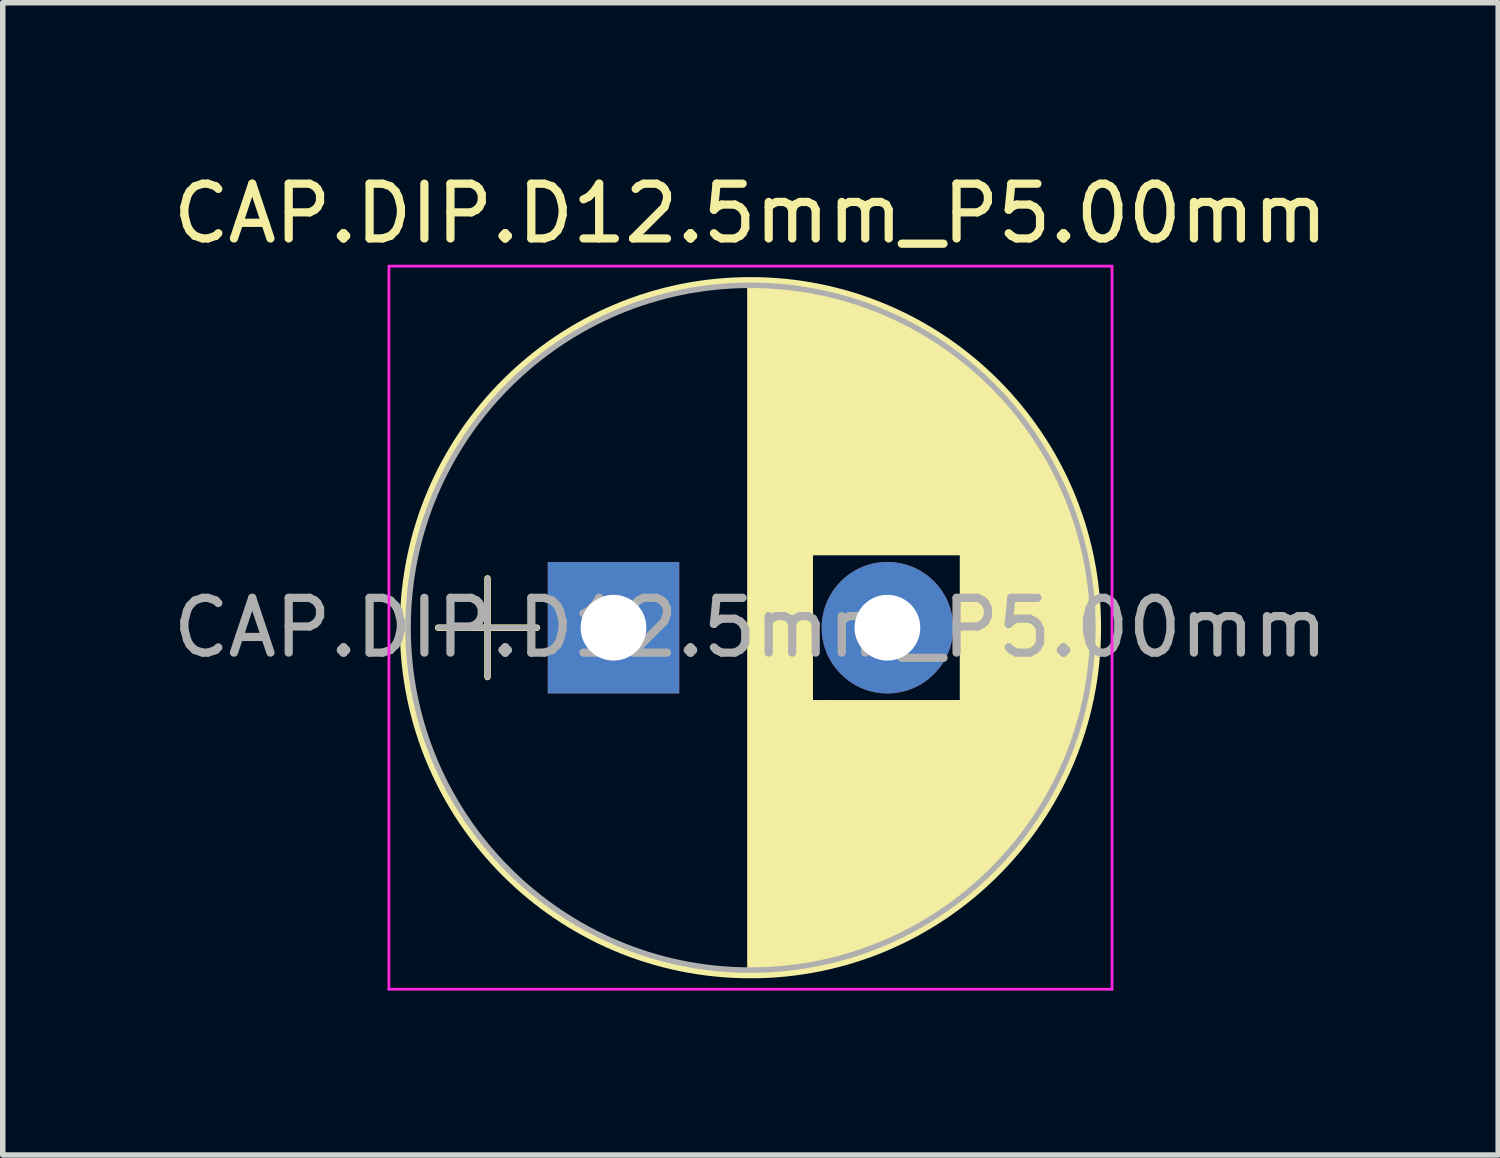
<source format=kicad_pcb>
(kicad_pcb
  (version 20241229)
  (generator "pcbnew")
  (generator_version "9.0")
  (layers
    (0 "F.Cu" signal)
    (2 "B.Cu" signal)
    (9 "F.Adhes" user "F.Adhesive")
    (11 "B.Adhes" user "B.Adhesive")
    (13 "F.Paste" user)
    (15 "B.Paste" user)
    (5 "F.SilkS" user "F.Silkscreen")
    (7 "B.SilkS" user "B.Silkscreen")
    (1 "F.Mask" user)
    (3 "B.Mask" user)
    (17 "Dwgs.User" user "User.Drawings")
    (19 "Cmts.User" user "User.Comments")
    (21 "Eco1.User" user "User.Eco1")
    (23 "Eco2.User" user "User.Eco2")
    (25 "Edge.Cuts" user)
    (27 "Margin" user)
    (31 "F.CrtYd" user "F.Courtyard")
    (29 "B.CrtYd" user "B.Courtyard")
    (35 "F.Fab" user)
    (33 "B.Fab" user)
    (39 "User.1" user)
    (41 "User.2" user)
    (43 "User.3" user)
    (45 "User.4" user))
  (footprint "CAP.DIP.D12.5mm_P5.00mm"
    (layer "F.Cu")
    (at 8.149 8.408)
    (property "Reference" "CAP.DIP.D12.5mm_P5.00mm" (at 2.5 -7.56 0) (layer "F.SilkS") (effects (font (size 1 1) (thickness 0.15))))
    (attr through_hole)
    (fp_line (start -3.2 0) (end -1.4 0) (stroke (width 0.12) (type solid)) (layer "F.SilkS"))
    (fp_line (start -2.3 -0.9) (end -2.3 0.9) (stroke (width 0.12) (type solid)) (layer "F.SilkS"))
    (fp_line (start 2.5 -6.3) (end 2.5 6.3) (stroke (width 0.12) (type solid)) (layer "F.SilkS"))
    (fp_line (start 2.54 -6.3) (end 2.54 6.3) (stroke (width 0.12) (type solid)) (layer "F.SilkS"))
    (fp_line (start 2.58 -6.3) (end 2.58 6.3) (stroke (width 0.12) (type solid)) (layer "F.SilkS"))
    (fp_line (start 2.62 -6.299) (end 2.62 6.299) (stroke (width 0.12) (type solid)) (layer "F.SilkS"))
    (fp_line (start 2.66 -6.298) (end 2.66 6.298) (stroke (width 0.12) (type solid)) (layer "F.SilkS"))
    (fp_line (start 2.7 -6.297) (end 2.7 6.297) (stroke (width 0.12) (type solid)) (layer "F.SilkS"))
    (fp_line (start 2.74 -6.296) (end 2.74 6.296) (stroke (width 0.12) (type solid)) (layer "F.SilkS"))
    (fp_line (start 2.78 -6.294) (end 2.78 6.294) (stroke (width 0.12) (type solid)) (layer "F.SilkS"))
    (fp_line (start 2.82 -6.292) (end 2.82 6.292) (stroke (width 0.12) (type solid)) (layer "F.SilkS"))
    (fp_line (start 2.86 -6.29) (end 2.86 6.29) (stroke (width 0.12) (type solid)) (layer "F.SilkS"))
    (fp_line (start 2.9 -6.288) (end 2.9 6.288) (stroke (width 0.12) (type solid)) (layer "F.SilkS"))
    (fp_line (start 2.94 -6.285) (end 2.94 6.285) (stroke (width 0.12) (type solid)) (layer "F.SilkS"))
    (fp_line (start 2.98 -6.282) (end 2.98 6.282) (stroke (width 0.12) (type solid)) (layer "F.SilkS"))
    (fp_line (start 3.02 -6.279) (end 3.02 6.279) (stroke (width 0.12) (type solid)) (layer "F.SilkS"))
    (fp_line (start 3.06 -6.276) (end 3.06 6.276) (stroke (width 0.12) (type solid)) (layer "F.SilkS"))
    (fp_line (start 3.1 -6.272) (end 3.1 6.272) (stroke (width 0.12) (type solid)) (layer "F.SilkS"))
    (fp_line (start 3.14 -6.268) (end 3.14 6.268) (stroke (width 0.12) (type solid)) (layer "F.SilkS"))
    (fp_line (start 3.18 -6.264) (end 3.18 6.264) (stroke (width 0.12) (type solid)) (layer "F.SilkS"))
    (fp_line (start 3.221 -6.259) (end 3.221 6.259) (stroke (width 0.12) (type solid)) (layer "F.SilkS"))
    (fp_line (start 3.261 -6.255) (end 3.261 6.255) (stroke (width 0.12) (type solid)) (layer "F.SilkS"))
    (fp_line (start 3.301 -6.25) (end 3.301 6.25) (stroke (width 0.12) (type solid)) (layer "F.SilkS"))
    (fp_line (start 3.341 -6.245) (end 3.341 6.245) (stroke (width 0.12) (type solid)) (layer "F.SilkS"))
    (fp_line (start 3.381 -6.239) (end 3.381 6.239) (stroke (width 0.12) (type solid)) (layer "F.SilkS"))
    (fp_line (start 3.421 -6.233) (end 3.421 6.233) (stroke (width 0.12) (type solid)) (layer "F.SilkS"))
    (fp_line (start 3.461 -6.227) (end 3.461 6.227) (stroke (width 0.12) (type solid)) (layer "F.SilkS"))
    (fp_line (start 3.501 -6.221) (end 3.501 6.221) (stroke (width 0.12) (type solid)) (layer "F.SilkS"))
    (fp_line (start 3.541 -6.215) (end 3.541 6.215) (stroke (width 0.12) (type solid)) (layer "F.SilkS"))
    (fp_line (start 3.581 -6.208) (end 3.581 6.208) (stroke (width 0.12) (type solid)) (layer "F.SilkS"))
    (fp_line (start 3.621 -6.201) (end 3.621 -1.38) (stroke (width 0.12) (type solid)) (layer "F.SilkS"))
    (fp_line (start 3.621 1.38) (end 3.621 6.201) (stroke (width 0.12) (type solid)) (layer "F.SilkS"))
    (fp_line (start 3.661 -6.193) (end 3.661 -1.38) (stroke (width 0.12) (type solid)) (layer "F.SilkS"))
    (fp_line (start 3.661 1.38) (end 3.661 6.193) (stroke (width 0.12) (type solid)) (layer "F.SilkS"))
    (fp_line (start 3.701 -6.186) (end 3.701 -1.38) (stroke (width 0.12) (type solid)) (layer "F.SilkS"))
    (fp_line (start 3.701 1.38) (end 3.701 6.186) (stroke (width 0.12) (type solid)) (layer "F.SilkS"))
    (fp_line (start 3.741 -6.178) (end 3.741 -1.38) (stroke (width 0.12) (type solid)) (layer "F.SilkS"))
    (fp_line (start 3.741 1.38) (end 3.741 6.178) (stroke (width 0.12) (type solid)) (layer "F.SilkS"))
    (fp_line (start 3.781 -6.17) (end 3.781 -1.38) (stroke (width 0.12) (type solid)) (layer "F.SilkS"))
    (fp_line (start 3.781 1.38) (end 3.781 6.17) (stroke (width 0.12) (type solid)) (layer "F.SilkS"))
    (fp_line (start 3.821 -6.162) (end 3.821 -1.38) (stroke (width 0.12) (type solid)) (layer "F.SilkS"))
    (fp_line (start 3.821 1.38) (end 3.821 6.162) (stroke (width 0.12) (type solid)) (layer "F.SilkS"))
    (fp_line (start 3.861 -6.153) (end 3.861 -1.38) (stroke (width 0.12) (type solid)) (layer "F.SilkS"))
    (fp_line (start 3.861 1.38) (end 3.861 6.153) (stroke (width 0.12) (type solid)) (layer "F.SilkS"))
    (fp_line (start 3.901 -6.144) (end 3.901 -1.38) (stroke (width 0.12) (type solid)) (layer "F.SilkS"))
    (fp_line (start 3.901 1.38) (end 3.901 6.144) (stroke (width 0.12) (type solid)) (layer "F.SilkS"))
    (fp_line (start 3.941 -6.135) (end 3.941 -1.38) (stroke (width 0.12) (type solid)) (layer "F.SilkS"))
    (fp_line (start 3.941 1.38) (end 3.941 6.135) (stroke (width 0.12) (type solid)) (layer "F.SilkS"))
    (fp_line (start 3.981 -6.125) (end 3.981 -1.38) (stroke (width 0.12) (type solid)) (layer "F.SilkS"))
    (fp_line (start 3.981 1.38) (end 3.981 6.125) (stroke (width 0.12) (type solid)) (layer "F.SilkS"))
    (fp_line (start 4.021 -6.116) (end 4.021 -1.38) (stroke (width 0.12) (type solid)) (layer "F.SilkS"))
    (fp_line (start 4.021 1.38) (end 4.021 6.116) (stroke (width 0.12) (type solid)) (layer "F.SilkS"))
    (fp_line (start 4.061 -6.106) (end 4.061 -1.38) (stroke (width 0.12) (type solid)) (layer "F.SilkS"))
    (fp_line (start 4.061 1.38) (end 4.061 6.106) (stroke (width 0.12) (type solid)) (layer "F.SilkS"))
    (fp_line (start 4.101 -6.095) (end 4.101 -1.38) (stroke (width 0.12) (type solid)) (layer "F.SilkS"))
    (fp_line (start 4.101 1.38) (end 4.101 6.095) (stroke (width 0.12) (type solid)) (layer "F.SilkS"))
    (fp_line (start 4.141 -6.085) (end 4.141 -1.38) (stroke (width 0.12) (type solid)) (layer "F.SilkS"))
    (fp_line (start 4.141 1.38) (end 4.141 6.085) (stroke (width 0.12) (type solid)) (layer "F.SilkS"))
    (fp_line (start 4.181 -6.074) (end 4.181 -1.38) (stroke (width 0.12) (type solid)) (layer "F.SilkS"))
    (fp_line (start 4.181 1.38) (end 4.181 6.074) (stroke (width 0.12) (type solid)) (layer "F.SilkS"))
    (fp_line (start 4.221 -6.063) (end 4.221 -1.38) (stroke (width 0.12) (type solid)) (layer "F.SilkS"))
    (fp_line (start 4.221 1.38) (end 4.221 6.063) (stroke (width 0.12) (type solid)) (layer "F.SilkS"))
    (fp_line (start 4.261 -6.051) (end 4.261 -1.38) (stroke (width 0.12) (type solid)) (layer "F.SilkS"))
    (fp_line (start 4.261 1.38) (end 4.261 6.051) (stroke (width 0.12) (type solid)) (layer "F.SilkS"))
    (fp_line (start 4.301 -6.04) (end 4.301 -1.38) (stroke (width 0.12) (type solid)) (layer "F.SilkS"))
    (fp_line (start 4.301 1.38) (end 4.301 6.04) (stroke (width 0.12) (type solid)) (layer "F.SilkS"))
    (fp_line (start 4.341 -6.028) (end 4.341 -1.38) (stroke (width 0.12) (type solid)) (layer "F.SilkS"))
    (fp_line (start 4.341 1.38) (end 4.341 6.028) (stroke (width 0.12) (type solid)) (layer "F.SilkS"))
    (fp_line (start 4.381 -6.015) (end 4.381 -1.38) (stroke (width 0.12) (type solid)) (layer "F.SilkS"))
    (fp_line (start 4.381 1.38) (end 4.381 6.015) (stroke (width 0.12) (type solid)) (layer "F.SilkS"))
    (fp_line (start 4.421 -6.003) (end 4.421 -1.38) (stroke (width 0.12) (type solid)) (layer "F.SilkS"))
    (fp_line (start 4.421 1.38) (end 4.421 6.003) (stroke (width 0.12) (type solid)) (layer "F.SilkS"))
    (fp_line (start 4.461 -5.99) (end 4.461 -1.38) (stroke (width 0.12) (type solid)) (layer "F.SilkS"))
    (fp_line (start 4.461 1.38) (end 4.461 5.99) (stroke (width 0.12) (type solid)) (layer "F.SilkS"))
    (fp_line (start 4.501 -5.977) (end 4.501 -1.38) (stroke (width 0.12) (type solid)) (layer "F.SilkS"))
    (fp_line (start 4.501 1.38) (end 4.501 5.977) (stroke (width 0.12) (type solid)) (layer "F.SilkS"))
    (fp_line (start 4.541 -5.963) (end 4.541 -1.38) (stroke (width 0.12) (type solid)) (layer "F.SilkS"))
    (fp_line (start 4.541 1.38) (end 4.541 5.963) (stroke (width 0.12) (type solid)) (layer "F.SilkS"))
    (fp_line (start 4.581 -5.95) (end 4.581 -1.38) (stroke (width 0.12) (type solid)) (layer "F.SilkS"))
    (fp_line (start 4.581 1.38) (end 4.581 5.95) (stroke (width 0.12) (type solid)) (layer "F.SilkS"))
    (fp_line (start 4.621 -5.936) (end 4.621 -1.38) (stroke (width 0.12) (type solid)) (layer "F.SilkS"))
    (fp_line (start 4.621 1.38) (end 4.621 5.936) (stroke (width 0.12) (type solid)) (layer "F.SilkS"))
    (fp_line (start 4.661 -5.921) (end 4.661 -1.38) (stroke (width 0.12) (type solid)) (layer "F.SilkS"))
    (fp_line (start 4.661 1.38) (end 4.661 5.921) (stroke (width 0.12) (type solid)) (layer "F.SilkS"))
    (fp_line (start 4.701 -5.907) (end 4.701 -1.38) (stroke (width 0.12) (type solid)) (layer "F.SilkS"))
    (fp_line (start 4.701 1.38) (end 4.701 5.907) (stroke (width 0.12) (type solid)) (layer "F.SilkS"))
    (fp_line (start 4.741 -5.892) (end 4.741 -1.38) (stroke (width 0.12) (type solid)) (layer "F.SilkS"))
    (fp_line (start 4.741 1.38) (end 4.741 5.892) (stroke (width 0.12) (type solid)) (layer "F.SilkS"))
    (fp_line (start 4.781 -5.876) (end 4.781 -1.38) (stroke (width 0.12) (type solid)) (layer "F.SilkS"))
    (fp_line (start 4.781 1.38) (end 4.781 5.876) (stroke (width 0.12) (type solid)) (layer "F.SilkS"))
    (fp_line (start 4.821 -5.861) (end 4.821 -1.38) (stroke (width 0.12) (type solid)) (layer "F.SilkS"))
    (fp_line (start 4.821 1.38) (end 4.821 5.861) (stroke (width 0.12) (type solid)) (layer "F.SilkS"))
    (fp_line (start 4.861 -5.845) (end 4.861 -1.38) (stroke (width 0.12) (type solid)) (layer "F.SilkS"))
    (fp_line (start 4.861 1.38) (end 4.861 5.845) (stroke (width 0.12) (type solid)) (layer "F.SilkS"))
    (fp_line (start 4.901 -5.829) (end 4.901 -1.38) (stroke (width 0.12) (type solid)) (layer "F.SilkS"))
    (fp_line (start 4.901 1.38) (end 4.901 5.829) (stroke (width 0.12) (type solid)) (layer "F.SilkS"))
    (fp_line (start 4.941 -5.812) (end 4.941 -1.38) (stroke (width 0.12) (type solid)) (layer "F.SilkS"))
    (fp_line (start 4.941 1.38) (end 4.941 5.812) (stroke (width 0.12) (type solid)) (layer "F.SilkS"))
    (fp_line (start 4.981 -5.795) (end 4.981 -1.38) (stroke (width 0.12) (type solid)) (layer "F.SilkS"))
    (fp_line (start 4.981 1.38) (end 4.981 5.795) (stroke (width 0.12) (type solid)) (layer "F.SilkS"))
    (fp_line (start 5.021 -5.778) (end 5.021 -1.38) (stroke (width 0.12) (type solid)) (layer "F.SilkS"))
    (fp_line (start 5.021 1.38) (end 5.021 5.778) (stroke (width 0.12) (type solid)) (layer "F.SilkS"))
    (fp_line (start 5.061 -5.761) (end 5.061 -1.38) (stroke (width 0.12) (type solid)) (layer "F.SilkS"))
    (fp_line (start 5.061 1.38) (end 5.061 5.761) (stroke (width 0.12) (type solid)) (layer "F.SilkS"))
    (fp_line (start 5.101 -5.743) (end 5.101 -1.38) (stroke (width 0.12) (type solid)) (layer "F.SilkS"))
    (fp_line (start 5.101 1.38) (end 5.101 5.743) (stroke (width 0.12) (type solid)) (layer "F.SilkS"))
    (fp_line (start 5.141 -5.725) (end 5.141 -1.38) (stroke (width 0.12) (type solid)) (layer "F.SilkS"))
    (fp_line (start 5.141 1.38) (end 5.141 5.725) (stroke (width 0.12) (type solid)) (layer "F.SilkS"))
    (fp_line (start 5.181 -5.706) (end 5.181 -1.38) (stroke (width 0.12) (type solid)) (layer "F.SilkS"))
    (fp_line (start 5.181 1.38) (end 5.181 5.706) (stroke (width 0.12) (type solid)) (layer "F.SilkS"))
    (fp_line (start 5.221 -5.687) (end 5.221 -1.38) (stroke (width 0.12) (type solid)) (layer "F.SilkS"))
    (fp_line (start 5.221 1.38) (end 5.221 5.687) (stroke (width 0.12) (type solid)) (layer "F.SilkS"))
    (fp_line (start 5.261 -5.668) (end 5.261 -1.38) (stroke (width 0.12) (type solid)) (layer "F.SilkS"))
    (fp_line (start 5.261 1.38) (end 5.261 5.668) (stroke (width 0.12) (type solid)) (layer "F.SilkS"))
    (fp_line (start 5.301 -5.649) (end 5.301 -1.38) (stroke (width 0.12) (type solid)) (layer "F.SilkS"))
    (fp_line (start 5.301 1.38) (end 5.301 5.649) (stroke (width 0.12) (type solid)) (layer "F.SilkS"))
    (fp_line (start 5.341 -5.629) (end 5.341 -1.38) (stroke (width 0.12) (type solid)) (layer "F.SilkS"))
    (fp_line (start 5.341 1.38) (end 5.341 5.629) (stroke (width 0.12) (type solid)) (layer "F.SilkS"))
    (fp_line (start 5.381 -5.609) (end 5.381 -1.38) (stroke (width 0.12) (type solid)) (layer "F.SilkS"))
    (fp_line (start 5.381 1.38) (end 5.381 5.609) (stroke (width 0.12) (type solid)) (layer "F.SilkS"))
    (fp_line (start 5.421 -5.588) (end 5.421 -1.38) (stroke (width 0.12) (type solid)) (layer "F.SilkS"))
    (fp_line (start 5.421 1.38) (end 5.421 5.588) (stroke (width 0.12) (type solid)) (layer "F.SilkS"))
    (fp_line (start 5.461 -5.567) (end 5.461 -1.38) (stroke (width 0.12) (type solid)) (layer "F.SilkS"))
    (fp_line (start 5.461 1.38) (end 5.461 5.567) (stroke (width 0.12) (type solid)) (layer "F.SilkS"))
    (fp_line (start 5.501 -5.546) (end 5.501 -1.38) (stroke (width 0.12) (type solid)) (layer "F.SilkS"))
    (fp_line (start 5.501 1.38) (end 5.501 5.546) (stroke (width 0.12) (type solid)) (layer "F.SilkS"))
    (fp_line (start 5.541 -5.524) (end 5.541 -1.38) (stroke (width 0.12) (type solid)) (layer "F.SilkS"))
    (fp_line (start 5.541 1.38) (end 5.541 5.524) (stroke (width 0.12) (type solid)) (layer "F.SilkS"))
    (fp_line (start 5.581 -5.502) (end 5.581 -1.38) (stroke (width 0.12) (type solid)) (layer "F.SilkS"))
    (fp_line (start 5.581 1.38) (end 5.581 5.502) (stroke (width 0.12) (type solid)) (layer "F.SilkS"))
    (fp_line (start 5.621 -5.48) (end 5.621 -1.38) (stroke (width 0.12) (type solid)) (layer "F.SilkS"))
    (fp_line (start 5.621 1.38) (end 5.621 5.48) (stroke (width 0.12) (type solid)) (layer "F.SilkS"))
    (fp_line (start 5.661 -5.457) (end 5.661 -1.38) (stroke (width 0.12) (type solid)) (layer "F.SilkS"))
    (fp_line (start 5.661 1.38) (end 5.661 5.457) (stroke (width 0.12) (type solid)) (layer "F.SilkS"))
    (fp_line (start 5.701 -5.434) (end 5.701 -1.38) (stroke (width 0.12) (type solid)) (layer "F.SilkS"))
    (fp_line (start 5.701 1.38) (end 5.701 5.434) (stroke (width 0.12) (type solid)) (layer "F.SilkS"))
    (fp_line (start 5.741 -5.41) (end 5.741 -1.38) (stroke (width 0.12) (type solid)) (layer "F.SilkS"))
    (fp_line (start 5.741 1.38) (end 5.741 5.41) (stroke (width 0.12) (type solid)) (layer "F.SilkS"))
    (fp_line (start 5.781 -5.386) (end 5.781 -1.38) (stroke (width 0.12) (type solid)) (layer "F.SilkS"))
    (fp_line (start 5.781 1.38) (end 5.781 5.386) (stroke (width 0.12) (type solid)) (layer "F.SilkS"))
    (fp_line (start 5.821 -5.362) (end 5.821 -1.38) (stroke (width 0.12) (type solid)) (layer "F.SilkS"))
    (fp_line (start 5.821 1.38) (end 5.821 5.362) (stroke (width 0.12) (type solid)) (layer "F.SilkS"))
    (fp_line (start 5.861 -5.337) (end 5.861 -1.38) (stroke (width 0.12) (type solid)) (layer "F.SilkS"))
    (fp_line (start 5.861 1.38) (end 5.861 5.337) (stroke (width 0.12) (type solid)) (layer "F.SilkS"))
    (fp_line (start 5.901 -5.312) (end 5.901 -1.38) (stroke (width 0.12) (type solid)) (layer "F.SilkS"))
    (fp_line (start 5.901 1.38) (end 5.901 5.312) (stroke (width 0.12) (type solid)) (layer "F.SilkS"))
    (fp_line (start 5.941 -5.286) (end 5.941 -1.38) (stroke (width 0.12) (type solid)) (layer "F.SilkS"))
    (fp_line (start 5.941 1.38) (end 5.941 5.286) (stroke (width 0.12) (type solid)) (layer "F.SilkS"))
    (fp_line (start 5.981 -5.26) (end 5.981 -1.38) (stroke (width 0.12) (type solid)) (layer "F.SilkS"))
    (fp_line (start 5.981 1.38) (end 5.981 5.26) (stroke (width 0.12) (type solid)) (layer "F.SilkS"))
    (fp_line (start 6.021 -5.234) (end 6.021 -1.38) (stroke (width 0.12) (type solid)) (layer "F.SilkS"))
    (fp_line (start 6.021 1.38) (end 6.021 5.234) (stroke (width 0.12) (type solid)) (layer "F.SilkS"))
    (fp_line (start 6.061 -5.207) (end 6.061 -1.38) (stroke (width 0.12) (type solid)) (layer "F.SilkS"))
    (fp_line (start 6.061 1.38) (end 6.061 5.207) (stroke (width 0.12) (type solid)) (layer "F.SilkS"))
    (fp_line (start 6.101 -5.179) (end 6.101 -1.38) (stroke (width 0.12) (type solid)) (layer "F.SilkS"))
    (fp_line (start 6.101 1.38) (end 6.101 5.179) (stroke (width 0.12) (type solid)) (layer "F.SilkS"))
    (fp_line (start 6.141 -5.151) (end 6.141 -1.38) (stroke (width 0.12) (type solid)) (layer "F.SilkS"))
    (fp_line (start 6.141 1.38) (end 6.141 5.151) (stroke (width 0.12) (type solid)) (layer "F.SilkS"))
    (fp_line (start 6.181 -5.123) (end 6.181 -1.38) (stroke (width 0.12) (type solid)) (layer "F.SilkS"))
    (fp_line (start 6.181 1.38) (end 6.181 5.123) (stroke (width 0.12) (type solid)) (layer "F.SilkS"))
    (fp_line (start 6.221 -5.094) (end 6.221 -1.38) (stroke (width 0.12) (type solid)) (layer "F.SilkS"))
    (fp_line (start 6.221 1.38) (end 6.221 5.094) (stroke (width 0.12) (type solid)) (layer "F.SilkS"))
    (fp_line (start 6.261 -5.065) (end 6.261 -1.38) (stroke (width 0.12) (type solid)) (layer "F.SilkS"))
    (fp_line (start 6.261 1.38) (end 6.261 5.065) (stroke (width 0.12) (type solid)) (layer "F.SilkS"))
    (fp_line (start 6.301 -5.035) (end 6.301 -1.38) (stroke (width 0.12) (type solid)) (layer "F.SilkS"))
    (fp_line (start 6.301 1.38) (end 6.301 5.035) (stroke (width 0.12) (type solid)) (layer "F.SilkS"))
    (fp_line (start 6.341 -5.005) (end 6.341 -1.38) (stroke (width 0.12) (type solid)) (layer "F.SilkS"))
    (fp_line (start 6.341 1.38) (end 6.341 5.005) (stroke (width 0.12) (type solid)) (layer "F.SilkS"))
    (fp_line (start 6.381 -4.975) (end 6.381 4.975) (stroke (width 0.12) (type solid)) (layer "F.SilkS"))
    (fp_line (start 6.421 -4.943) (end 6.421 4.943) (stroke (width 0.12) (type solid)) (layer "F.SilkS"))
    (fp_line (start 6.461 -4.912) (end 6.461 4.912) (stroke (width 0.12) (type solid)) (layer "F.SilkS"))
    (fp_line (start 6.501 -4.879) (end 6.501 4.879) (stroke (width 0.12) (type solid)) (layer "F.SilkS"))
    (fp_line (start 6.541 -4.847) (end 6.541 4.847) (stroke (width 0.12) (type solid)) (layer "F.SilkS"))
    (fp_line (start 6.581 -4.813) (end 6.581 4.813) (stroke (width 0.12) (type solid)) (layer "F.SilkS"))
    (fp_line (start 6.621 -4.779) (end 6.621 4.779) (stroke (width 0.12) (type solid)) (layer "F.SilkS"))
    (fp_line (start 6.661 -4.745) (end 6.661 4.745) (stroke (width 0.12) (type solid)) (layer "F.SilkS"))
    (fp_line (start 6.701 -4.71) (end 6.701 4.71) (stroke (width 0.12) (type solid)) (layer "F.SilkS"))
    (fp_line (start 6.741 -4.674) (end 6.741 4.674) (stroke (width 0.12) (type solid)) (layer "F.SilkS"))
    (fp_line (start 6.781 -4.638) (end 6.781 4.638) (stroke (width 0.12) (type solid)) (layer "F.SilkS"))
    (fp_line (start 6.821 -4.601) (end 6.821 4.601) (stroke (width 0.12) (type solid)) (layer "F.SilkS"))
    (fp_line (start 6.861 -4.563) (end 6.861 4.563) (stroke (width 0.12) (type solid)) (layer "F.SilkS"))
    (fp_line (start 6.901 -4.525) (end 6.901 4.525) (stroke (width 0.12) (type solid)) (layer "F.SilkS"))
    (fp_line (start 6.941 -4.486) (end 6.941 4.486) (stroke (width 0.12) (type solid)) (layer "F.SilkS"))
    (fp_line (start 6.981 -4.447) (end 6.981 4.447) (stroke (width 0.12) (type solid)) (layer "F.SilkS"))
    (fp_line (start 7.021 -4.406) (end 7.021 4.406) (stroke (width 0.12) (type solid)) (layer "F.SilkS"))
    (fp_line (start 7.061 -4.365) (end 7.061 4.365) (stroke (width 0.12) (type solid)) (layer "F.SilkS"))
    (fp_line (start 7.101 -4.323) (end 7.101 4.323) (stroke (width 0.12) (type solid)) (layer "F.SilkS"))
    (fp_line (start 7.141 -4.281) (end 7.141 4.281) (stroke (width 0.12) (type solid)) (layer "F.SilkS"))
    (fp_line (start 7.181 -4.238) (end 7.181 4.238) (stroke (width 0.12) (type solid)) (layer "F.SilkS"))
    (fp_line (start 7.221 -4.193) (end 7.221 4.193) (stroke (width 0.12) (type solid)) (layer "F.SilkS"))
    (fp_line (start 7.261 -4.148) (end 7.261 4.148) (stroke (width 0.12) (type solid)) (layer "F.SilkS"))
    (fp_line (start 7.301 -4.102) (end 7.301 4.102) (stroke (width 0.12) (type solid)) (layer "F.SilkS"))
    (fp_line (start 7.341 -4.056) (end 7.341 4.056) (stroke (width 0.12) (type solid)) (layer "F.SilkS"))
    (fp_line (start 7.381 -4.008) (end 7.381 4.008) (stroke (width 0.12) (type solid)) (layer "F.SilkS"))
    (fp_line (start 7.421 -3.959) (end 7.421 3.959) (stroke (width 0.12) (type solid)) (layer "F.SilkS"))
    (fp_line (start 7.461 -3.909) (end 7.461 3.909) (stroke (width 0.12) (type solid)) (layer "F.SilkS"))
    (fp_line (start 7.501 -3.859) (end 7.501 3.859) (stroke (width 0.12) (type solid)) (layer "F.SilkS"))
    (fp_line (start 7.541 -3.807) (end 7.541 3.807) (stroke (width 0.12) (type solid)) (layer "F.SilkS"))
    (fp_line (start 7.581 -3.754) (end 7.581 3.754) (stroke (width 0.12) (type solid)) (layer "F.SilkS"))
    (fp_line (start 7.621 -3.7) (end 7.621 3.7) (stroke (width 0.12) (type solid)) (layer "F.SilkS"))
    (fp_line (start 7.661 -3.644) (end 7.661 3.644) (stroke (width 0.12) (type solid)) (layer "F.SilkS"))
    (fp_line (start 7.701 -3.588) (end 7.701 3.588) (stroke (width 0.12) (type solid)) (layer "F.SilkS"))
    (fp_line (start 7.741 -3.53) (end 7.741 3.53) (stroke (width 0.12) (type solid)) (layer "F.SilkS"))
    (fp_line (start 7.781 -3.47) (end 7.781 3.47) (stroke (width 0.12) (type solid)) (layer "F.SilkS"))
    (fp_line (start 7.821 -3.409) (end 7.821 3.409) (stroke (width 0.12) (type solid)) (layer "F.SilkS"))
    (fp_line (start 7.861 -3.347) (end 7.861 3.347) (stroke (width 0.12) (type solid)) (layer "F.SilkS"))
    (fp_line (start 7.901 -3.282) (end 7.901 3.282) (stroke (width 0.12) (type solid)) (layer "F.SilkS"))
    (fp_line (start 7.941 -3.217) (end 7.941 3.217) (stroke (width 0.12) (type solid)) (layer "F.SilkS"))
    (fp_line (start 7.981 -3.149) (end 7.981 3.149) (stroke (width 0.12) (type solid)) (layer "F.SilkS"))
    (fp_line (start 8.021 -3.079) (end 8.021 3.079) (stroke (width 0.12) (type solid)) (layer "F.SilkS"))
    (fp_line (start 8.061 -3.007) (end 8.061 3.007) (stroke (width 0.12) (type solid)) (layer "F.SilkS"))
    (fp_line (start 8.101 -2.933) (end 8.101 2.933) (stroke (width 0.12) (type solid)) (layer "F.SilkS"))
    (fp_line (start 8.141 -2.856) (end 8.141 2.856) (stroke (width 0.12) (type solid)) (layer "F.SilkS"))
    (fp_line (start 8.181 -2.777) (end 8.181 2.777) (stroke (width 0.12) (type solid)) (layer "F.SilkS"))
    (fp_line (start 8.221 -2.695) (end 8.221 2.695) (stroke (width 0.12) (type solid)) (layer "F.SilkS"))
    (fp_line (start 8.261 -2.61) (end 8.261 2.61) (stroke (width 0.12) (type solid)) (layer "F.SilkS"))
    (fp_line (start 8.301 -2.521) (end 8.301 2.521) (stroke (width 0.12) (type solid)) (layer "F.SilkS"))
    (fp_line (start 8.341 -2.428) (end 8.341 2.428) (stroke (width 0.12) (type solid)) (layer "F.SilkS"))
    (fp_line (start 8.381 -2.331) (end 8.381 2.331) (stroke (width 0.12) (type solid)) (layer "F.SilkS"))
    (fp_line (start 8.421 -2.23) (end 8.421 2.23) (stroke (width 0.12) (type solid)) (layer "F.SilkS"))
    (fp_line (start 8.461 -2.122) (end 8.461 2.122) (stroke (width 0.12) (type solid)) (layer "F.SilkS"))
    (fp_line (start 8.501 -2.009) (end 8.501 2.009) (stroke (width 0.12) (type solid)) (layer "F.SilkS"))
    (fp_line (start 8.541 -1.888) (end 8.541 1.888) (stroke (width 0.12) (type solid)) (layer "F.SilkS"))
    (fp_line (start 8.581 -1.757) (end 8.581 1.757) (stroke (width 0.12) (type solid)) (layer "F.SilkS"))
    (fp_line (start 8.621 -1.616) (end 8.621 1.616) (stroke (width 0.12) (type solid)) (layer "F.SilkS"))
    (fp_line (start 8.661 -1.46) (end 8.661 1.46) (stroke (width 0.12) (type solid)) (layer "F.SilkS"))
    (fp_line (start 8.701 -1.285) (end 8.701 1.285) (stroke (width 0.12) (type solid)) (layer "F.SilkS"))
    (fp_line (start 8.741 -1.082) (end 8.741 1.082) (stroke (width 0.12) (type solid)) (layer "F.SilkS"))
    (fp_line (start 8.781 -0.831) (end 8.781 0.831) (stroke (width 0.12) (type solid)) (layer "F.SilkS"))
    (fp_line (start 8.821 -0.464) (end 8.821 0.464) (stroke (width 0.12) (type solid)) (layer "F.SilkS"))
    (fp_circle (center 2.5 0) (end 8.84 0) (stroke (width 0.12) (type solid)) (fill no) (layer "F.SilkS"))
    (fp_line (start -4.1 -6.6) (end -4.1 6.6) (stroke (width 0.05) (type solid)) (layer "F.CrtYd"))
    (fp_line (start -4.1 6.6) (end 9.1 6.6) (stroke (width 0.05) (type solid)) (layer "F.CrtYd"))
    (fp_line (start 9.1 -6.6) (end -4.1 -6.6) (stroke (width 0.05) (type solid)) (layer "F.CrtYd"))
    (fp_line (start 9.1 6.6) (end 9.1 -6.6) (stroke (width 0.05) (type solid)) (layer "F.CrtYd"))
    (fp_line (start -3.2 0) (end -1.4 0) (stroke (width 0.1) (type solid)) (layer "F.Fab"))
    (fp_line (start -2.3 -0.9) (end -2.3 0.9) (stroke (width 0.1) (type solid)) (layer "F.Fab"))
    (fp_circle (center 2.5 0) (end 8.75 0) (stroke (width 0.1) (type solid)) (fill no) (layer "F.Fab"))
    (fp_text user "${REFERENCE}" (at 2.5 0 0) (layer "F.Fab") (effects (font (size 1 1) (thickness 0.15))))
    (pad "1" thru_hole rect (at 0 0) (size 2.4 2.4) (drill 1.2) (layers "*.Cu" "*.Mask"))
    (pad "2" thru_hole circle (at 5 0) (size 2.4 2.4) (drill 1.2) (layers "*.Cu" "*.Mask")))
  (gr_rect
    (start -3 -3)
    (end 24.298 18.033)
    (stroke (width 0.1) (type default))
    (fill no)
    (layer "Edge.Cuts")))
</source>
